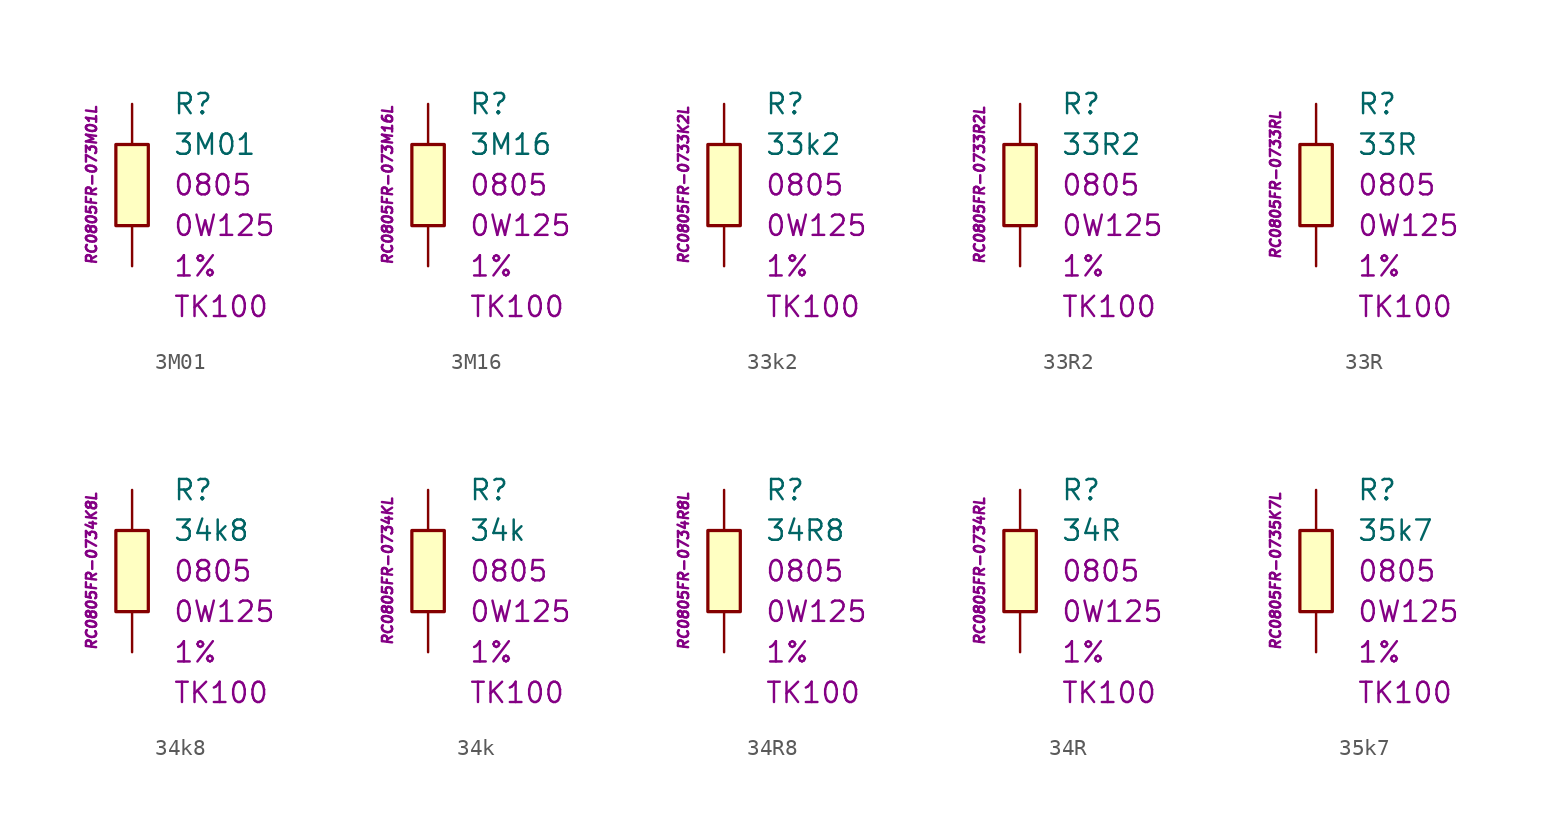
<source format=kicad_sym>
(kicad_symbol_lib
  (version 20201005)
  (generator kicad_symbol_editor)
  (symbol "3M01"
    (pin_numbers hide)
    (pin_names
      (offset 1.016) hide)
    (property "Reference" "R"
      (at 2.54 5.08 0)
      (effects (font (size 1.27 1.27)) (justify left)))
    (property "Value" "3M01"
      (at 2.54 2.54 0)
      (effects (font (size 1.27 1.27)) (justify left)))
    (property "Package" "0805"
      (at 2.54 0 0)
      (effects (font (size 1.27 1.27)) (justify left)))
    (property "Power" "0W125"
      (at 2.54 -2.54 0)
      (effects (font (size 1.27 1.27)) (justify left)))
    (property "Tolerance" "1%"
      (at 2.54 -5.08 0)
      (effects (font (size 1.27 1.27)) (justify left)))
    (property "TK" "TK100"
      (at 2.54 -7.62 0)
      (effects (font (size 1.27 1.27)) (justify left)))
    (property "ID" "RC0805FR-073M01L"
      (at -2.54 0 90)
      (effects (font (size 0.635 0.635) italic)))
    (symbol "3M01_0_1"
      (rectangle (start -1.016 2.54) (end 1.016 -2.54) (stroke (width 0.203)) (fill (type background))))
    (symbol "3M01_1_1"
      (pin passive line (at 0 5.08 270) (length 2.54) (name "~" (effects (font (size 1.778 1.778)))) (number "1" (effects (font (size 1.778 1.778)))))
      (pin passive line (at 0 -5.08 90) (length 2.54) (name "~" (effects (font (size 1.778 1.778)))) (number "2" (effects (font (size 1.778 1.778)))))))
  (symbol "3M16"
    (pin_numbers hide)
    (pin_names
      (offset 1.016) hide)
    (property "Reference" "R"
      (at 2.54 5.08 0)
      (effects (font (size 1.27 1.27)) (justify left)))
    (property "Value" "3M16"
      (at 2.54 2.54 0)
      (effects (font (size 1.27 1.27)) (justify left)))
    (property "Package" "0805"
      (at 2.54 0 0)
      (effects (font (size 1.27 1.27)) (justify left)))
    (property "Power" "0W125"
      (at 2.54 -2.54 0)
      (effects (font (size 1.27 1.27)) (justify left)))
    (property "Tolerance" "1%"
      (at 2.54 -5.08 0)
      (effects (font (size 1.27 1.27)) (justify left)))
    (property "TK" "TK100"
      (at 2.54 -7.62 0)
      (effects (font (size 1.27 1.27)) (justify left)))
    (property "ID" "RC0805FR-073M16L"
      (at -2.54 0 90)
      (effects (font (size 0.635 0.635) italic)))
    (symbol "3M16_0_1"
      (rectangle (start -1.016 2.54) (end 1.016 -2.54) (stroke (width 0.203)) (fill (type background))))
    (symbol "3M16_1_1"
      (pin passive line (at 0 5.08 270) (length 2.54) (name "~" (effects (font (size 1.778 1.778)))) (number "1" (effects (font (size 1.778 1.778)))))
      (pin passive line (at 0 -5.08 90) (length 2.54) (name "~" (effects (font (size 1.778 1.778)))) (number "2" (effects (font (size 1.778 1.778)))))))
  (symbol "33k2"
    (pin_numbers hide)
    (pin_names
      (offset 1.016) hide)
    (property "Reference" "R"
      (at 2.54 5.08 0)
      (effects (font (size 1.27 1.27)) (justify left)))
    (property "Value" "33k2"
      (at 2.54 2.54 0)
      (effects (font (size 1.27 1.27)) (justify left)))
    (property "Package" "0805"
      (at 2.54 0 0)
      (effects (font (size 1.27 1.27)) (justify left)))
    (property "Power" "0W125"
      (at 2.54 -2.54 0)
      (effects (font (size 1.27 1.27)) (justify left)))
    (property "Tolerance" "1%"
      (at 2.54 -5.08 0)
      (effects (font (size 1.27 1.27)) (justify left)))
    (property "TK" "TK100"
      (at 2.54 -7.62 0)
      (effects (font (size 1.27 1.27)) (justify left)))
    (property "ID" "RC0805FR-0733K2L"
      (at -2.54 0 90)
      (effects (font (size 0.635 0.635) italic)))
    (symbol "33k2_0_1"
      (rectangle (start -1.016 2.54) (end 1.016 -2.54) (stroke (width 0.203)) (fill (type background))))
    (symbol "33k2_1_1"
      (pin passive line (at 0 5.08 270) (length 2.54) (name "~" (effects (font (size 1.778 1.778)))) (number "1" (effects (font (size 1.778 1.778)))))
      (pin passive line (at 0 -5.08 90) (length 2.54) (name "~" (effects (font (size 1.778 1.778)))) (number "2" (effects (font (size 1.778 1.778)))))))
  (symbol "33R2"
    (pin_numbers hide)
    (pin_names
      (offset 1.016) hide)
    (property "Reference" "R"
      (at 2.54 5.08 0)
      (effects (font (size 1.27 1.27)) (justify left)))
    (property "Value" "33R2"
      (at 2.54 2.54 0)
      (effects (font (size 1.27 1.27)) (justify left)))
    (property "Package" "0805"
      (at 2.54 0 0)
      (effects (font (size 1.27 1.27)) (justify left)))
    (property "Power" "0W125"
      (at 2.54 -2.54 0)
      (effects (font (size 1.27 1.27)) (justify left)))
    (property "Tolerance" "1%"
      (at 2.54 -5.08 0)
      (effects (font (size 1.27 1.27)) (justify left)))
    (property "TK" "TK100"
      (at 2.54 -7.62 0)
      (effects (font (size 1.27 1.27)) (justify left)))
    (property "ID" "RC0805FR-0733R2L"
      (at -2.54 0 90)
      (effects (font (size 0.635 0.635) italic)))
    (symbol "33R2_0_1"
      (rectangle (start -1.016 2.54) (end 1.016 -2.54) (stroke (width 0.203)) (fill (type background))))
    (symbol "33R2_1_1"
      (pin passive line (at 0 5.08 270) (length 2.54) (name "~" (effects (font (size 1.778 1.778)))) (number "1" (effects (font (size 1.778 1.778)))))
      (pin passive line (at 0 -5.08 90) (length 2.54) (name "~" (effects (font (size 1.778 1.778)))) (number "2" (effects (font (size 1.778 1.778)))))))
  (symbol "33R"
    (pin_numbers hide)
    (pin_names
      (offset 1.016) hide)
    (property "Reference" "R"
      (at 2.54 5.08 0)
      (effects (font (size 1.27 1.27)) (justify left)))
    (property "Value" "33R"
      (at 2.54 2.54 0)
      (effects (font (size 1.27 1.27)) (justify left)))
    (property "Package" "0805"
      (at 2.54 0 0)
      (effects (font (size 1.27 1.27)) (justify left)))
    (property "Power" "0W125"
      (at 2.54 -2.54 0)
      (effects (font (size 1.27 1.27)) (justify left)))
    (property "Tolerance" "1%"
      (at 2.54 -5.08 0)
      (effects (font (size 1.27 1.27)) (justify left)))
    (property "TK" "TK100"
      (at 2.54 -7.62 0)
      (effects (font (size 1.27 1.27)) (justify left)))
    (property "ID" "RC0805FR-0733RL"
      (at -2.54 0 90)
      (effects (font (size 0.635 0.635) italic)))
    (symbol "33R_0_1"
      (rectangle (start -1.016 2.54) (end 1.016 -2.54) (stroke (width 0.203)) (fill (type background))))
    (symbol "33R_1_1"
      (pin passive line (at 0 5.08 270) (length 2.54) (name "~" (effects (font (size 1.778 1.778)))) (number "1" (effects (font (size 1.778 1.778)))))
      (pin passive line (at 0 -5.08 90) (length 2.54) (name "~" (effects (font (size 1.778 1.778)))) (number "2" (effects (font (size 1.778 1.778)))))))
  (symbol "34k8"
    (pin_numbers hide)
    (pin_names
      (offset 1.016) hide)
    (property "Reference" "R"
      (at 2.54 5.08 0)
      (effects (font (size 1.27 1.27)) (justify left)))
    (property "Value" "34k8"
      (at 2.54 2.54 0)
      (effects (font (size 1.27 1.27)) (justify left)))
    (property "Package" "0805"
      (at 2.54 0 0)
      (effects (font (size 1.27 1.27)) (justify left)))
    (property "Power" "0W125"
      (at 2.54 -2.54 0)
      (effects (font (size 1.27 1.27)) (justify left)))
    (property "Tolerance" "1%"
      (at 2.54 -5.08 0)
      (effects (font (size 1.27 1.27)) (justify left)))
    (property "TK" "TK100"
      (at 2.54 -7.62 0)
      (effects (font (size 1.27 1.27)) (justify left)))
    (property "ID" "RC0805FR-0734K8L"
      (at -2.54 0 90)
      (effects (font (size 0.635 0.635) italic)))
    (symbol "34k8_0_1"
      (rectangle (start -1.016 2.54) (end 1.016 -2.54) (stroke (width 0.203)) (fill (type background))))
    (symbol "34k8_1_1"
      (pin passive line (at 0 5.08 270) (length 2.54) (name "~" (effects (font (size 1.778 1.778)))) (number "1" (effects (font (size 1.778 1.778)))))
      (pin passive line (at 0 -5.08 90) (length 2.54) (name "~" (effects (font (size 1.778 1.778)))) (number "2" (effects (font (size 1.778 1.778)))))))
  (symbol "34k"
    (pin_numbers hide)
    (pin_names
      (offset 1.016) hide)
    (property "Reference" "R"
      (at 2.54 5.08 0)
      (effects (font (size 1.27 1.27)) (justify left)))
    (property "Value" "34k"
      (at 2.54 2.54 0)
      (effects (font (size 1.27 1.27)) (justify left)))
    (property "Package" "0805"
      (at 2.54 0 0)
      (effects (font (size 1.27 1.27)) (justify left)))
    (property "Power" "0W125"
      (at 2.54 -2.54 0)
      (effects (font (size 1.27 1.27)) (justify left)))
    (property "Tolerance" "1%"
      (at 2.54 -5.08 0)
      (effects (font (size 1.27 1.27)) (justify left)))
    (property "TK" "TK100"
      (at 2.54 -7.62 0)
      (effects (font (size 1.27 1.27)) (justify left)))
    (property "ID" "RC0805FR-0734KL"
      (at -2.54 0 90)
      (effects (font (size 0.635 0.635) italic)))
    (symbol "34k_0_1"
      (rectangle (start -1.016 2.54) (end 1.016 -2.54) (stroke (width 0.203)) (fill (type background))))
    (symbol "34k_1_1"
      (pin passive line (at 0 5.08 270) (length 2.54) (name "~" (effects (font (size 1.778 1.778)))) (number "1" (effects (font (size 1.778 1.778)))))
      (pin passive line (at 0 -5.08 90) (length 2.54) (name "~" (effects (font (size 1.778 1.778)))) (number "2" (effects (font (size 1.778 1.778)))))))
  (symbol "34R8"
    (pin_numbers hide)
    (pin_names
      (offset 1.016) hide)
    (property "Reference" "R"
      (at 2.54 5.08 0)
      (effects (font (size 1.27 1.27)) (justify left)))
    (property "Value" "34R8"
      (at 2.54 2.54 0)
      (effects (font (size 1.27 1.27)) (justify left)))
    (property "Package" "0805"
      (at 2.54 0 0)
      (effects (font (size 1.27 1.27)) (justify left)))
    (property "Power" "0W125"
      (at 2.54 -2.54 0)
      (effects (font (size 1.27 1.27)) (justify left)))
    (property "Tolerance" "1%"
      (at 2.54 -5.08 0)
      (effects (font (size 1.27 1.27)) (justify left)))
    (property "TK" "TK100"
      (at 2.54 -7.62 0)
      (effects (font (size 1.27 1.27)) (justify left)))
    (property "ID" "RC0805FR-0734R8L"
      (at -2.54 0 90)
      (effects (font (size 0.635 0.635) italic)))
    (symbol "34R8_0_1"
      (rectangle (start -1.016 2.54) (end 1.016 -2.54) (stroke (width 0.203)) (fill (type background))))
    (symbol "34R8_1_1"
      (pin passive line (at 0 5.08 270) (length 2.54) (name "~" (effects (font (size 1.778 1.778)))) (number "1" (effects (font (size 1.778 1.778)))))
      (pin passive line (at 0 -5.08 90) (length 2.54) (name "~" (effects (font (size 1.778 1.778)))) (number "2" (effects (font (size 1.778 1.778)))))))
  (symbol "34R"
    (pin_numbers hide)
    (pin_names
      (offset 1.016) hide)
    (property "Reference" "R"
      (at 2.54 5.08 0)
      (effects (font (size 1.27 1.27)) (justify left)))
    (property "Value" "34R"
      (at 2.54 2.54 0)
      (effects (font (size 1.27 1.27)) (justify left)))
    (property "Package" "0805"
      (at 2.54 0 0)
      (effects (font (size 1.27 1.27)) (justify left)))
    (property "Power" "0W125"
      (at 2.54 -2.54 0)
      (effects (font (size 1.27 1.27)) (justify left)))
    (property "Tolerance" "1%"
      (at 2.54 -5.08 0)
      (effects (font (size 1.27 1.27)) (justify left)))
    (property "TK" "TK100"
      (at 2.54 -7.62 0)
      (effects (font (size 1.27 1.27)) (justify left)))
    (property "ID" "RC0805FR-0734RL"
      (at -2.54 0 90)
      (effects (font (size 0.635 0.635) italic)))
    (symbol "34R_0_1"
      (rectangle (start -1.016 2.54) (end 1.016 -2.54) (stroke (width 0.203)) (fill (type background))))
    (symbol "34R_1_1"
      (pin passive line (at 0 5.08 270) (length 2.54) (name "~" (effects (font (size 1.778 1.778)))) (number "1" (effects (font (size 1.778 1.778)))))
      (pin passive line (at 0 -5.08 90) (length 2.54) (name "~" (effects (font (size 1.778 1.778)))) (number "2" (effects (font (size 1.778 1.778)))))))
  (symbol "35k7"
    (pin_numbers hide)
    (pin_names
      (offset 1.016) hide)
    (property "Reference" "R"
      (at 2.54 5.08 0)
      (effects (font (size 1.27 1.27)) (justify left)))
    (property "Value" "35k7"
      (at 2.54 2.54 0)
      (effects (font (size 1.27 1.27)) (justify left)))
    (property "Package" "0805"
      (at 2.54 0 0)
      (effects (font (size 1.27 1.27)) (justify left)))
    (property "Power" "0W125"
      (at 2.54 -2.54 0)
      (effects (font (size 1.27 1.27)) (justify left)))
    (property "Tolerance" "1%"
      (at 2.54 -5.08 0)
      (effects (font (size 1.27 1.27)) (justify left)))
    (property "TK" "TK100"
      (at 2.54 -7.62 0)
      (effects (font (size 1.27 1.27)) (justify left)))
    (property "ID" "RC0805FR-0735K7L"
      (at -2.54 0 90)
      (effects (font (size 0.635 0.635) italic)))
    (symbol "35k7_0_1"
      (rectangle (start -1.016 2.54) (end 1.016 -2.54) (stroke (width 0.203)) (fill (type background))))
    (symbol "35k7_1_1"
      (pin passive line (at 0 5.08 270) (length 2.54) (name "~" (effects (font (size 1.778 1.778)))) (number "1" (effects (font (size 1.778 1.778)))))
      (pin passive line (at 0 -5.08 90) (length 2.54) (name "~" (effects (font (size 1.778 1.778)))) (number "2" (effects (font (size 1.778 1.778))))))))
</source>
